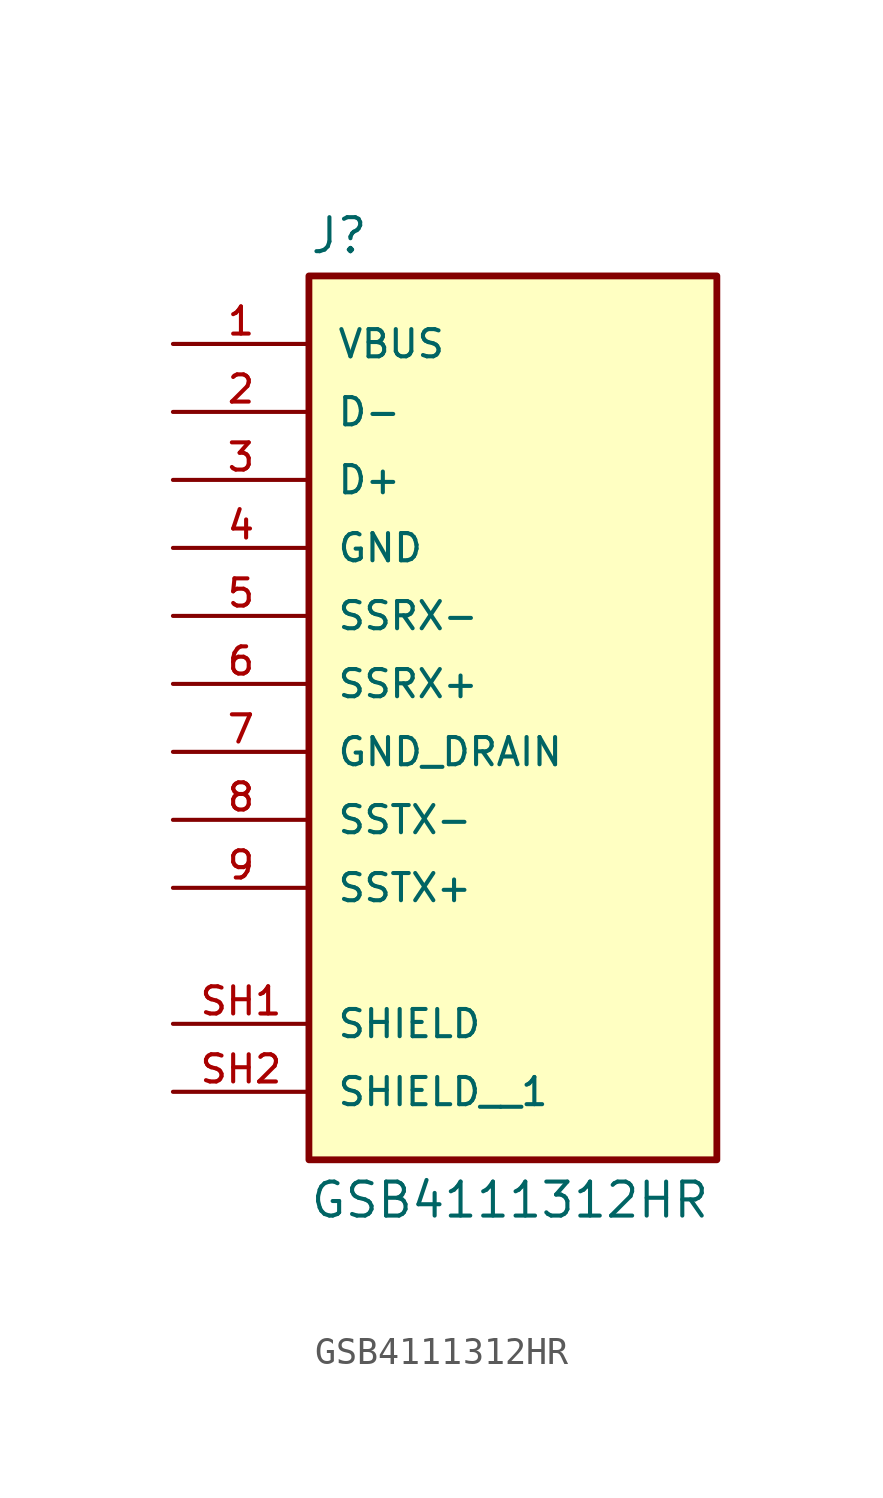
<source format=kicad_sym>
(kicad_symbol_lib
  (version 20211014)
  (generator kicad_symbol_editor)
  (symbol "GSB4111312HR"
    (pin_names
      (offset 1.016))
    (property "Reference" "J"
      (at -7.62 16.002 0)
      (effects (font (size 1.27 1.27)) (justify bottom left)))
    (property "Value" "GSB4111312HR"
      (at -7.62 -18.542 0.0)
      (effects (font (size 1.27 1.27)) (justify top left)))
    (symbol "GSB4111312HR_0_0"
      (rectangle (start -7.62 -17.78) (end 7.62 15.24) (stroke (width 0.254)) (fill (type background)))
      (pin power_in line (at -12.7 5.08 0) (length 5.08) (name "GND" (effects (font (size 1.016 1.016)))) (number "4" (effects (font (size 1.016 1.016)))))
      (pin bidirectional line (at -12.7 -5.08 0) (length 5.08) (name "SSTX-" (effects (font (size 1.016 1.016)))) (number "8" (effects (font (size 1.016 1.016)))))
      (pin bidirectional line (at -12.7 -7.62 0) (length 5.08) (name "SSTX+" (effects (font (size 1.016 1.016)))) (number "9" (effects (font (size 1.016 1.016)))))
      (pin power_in line (at -12.7 12.7 0) (length 5.08) (name "VBUS" (effects (font (size 1.016 1.016)))) (number "1" (effects (font (size 1.016 1.016)))))
      (pin bidirectional line (at -12.7 7.62 0) (length 5.08) (name "D+" (effects (font (size 1.016 1.016)))) (number "3" (effects (font (size 1.016 1.016)))))
      (pin power_in line (at -12.7 -2.54 0) (length 5.08) (name "GND_DRAIN" (effects (font (size 1.016 1.016)))) (number "7" (effects (font (size 1.016 1.016)))))
      (pin bidirectional line (at -12.7 10.16 0) (length 5.08) (name "D-" (effects (font (size 1.016 1.016)))) (number "2" (effects (font (size 1.016 1.016)))))
      (pin bidirectional line (at -12.7 2.54 0) (length 5.08) (name "SSRX-" (effects (font (size 1.016 1.016)))) (number "5" (effects (font (size 1.016 1.016)))))
      (pin bidirectional line (at -12.7 0.0 0) (length 5.08) (name "SSRX+" (effects (font (size 1.016 1.016)))) (number "6" (effects (font (size 1.016 1.016)))))
      (pin passive line (at -12.7 -12.7 0) (length 5.08) (name "SHIELD" (effects (font (size 1.016 1.016)))) (number "SH1" (effects (font (size 1.016 1.016)))))
      (pin passive line (at -12.7 -15.24 0) (length 5.08) (name "SHIELD__1" (effects (font (size 1.016 1.016)))) (number "SH2" (effects (font (size 1.016 1.016))))))))
</source>
